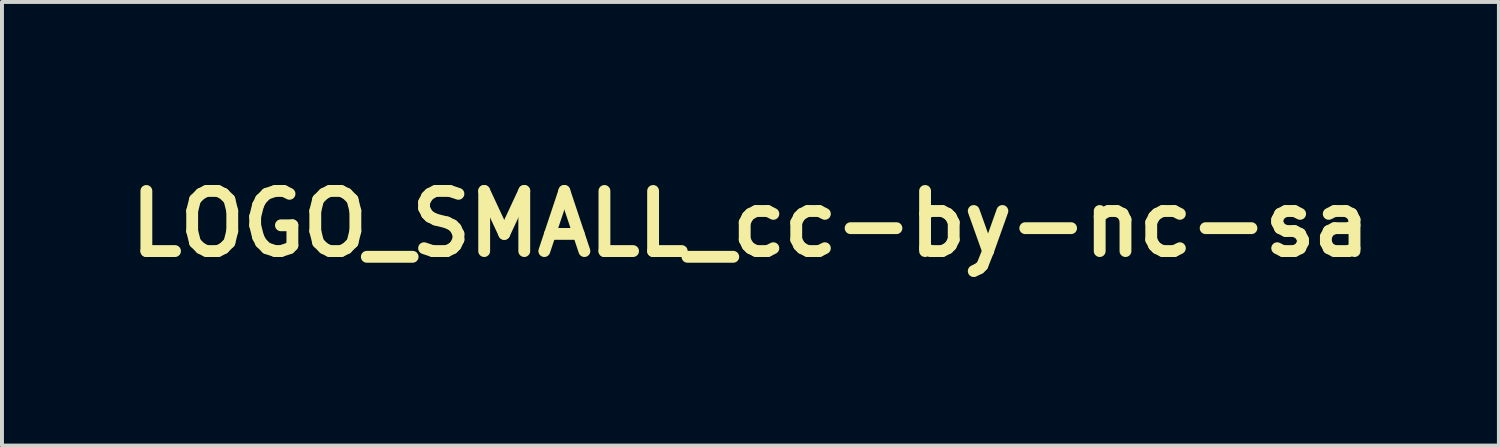
<source format=kicad_pcb>
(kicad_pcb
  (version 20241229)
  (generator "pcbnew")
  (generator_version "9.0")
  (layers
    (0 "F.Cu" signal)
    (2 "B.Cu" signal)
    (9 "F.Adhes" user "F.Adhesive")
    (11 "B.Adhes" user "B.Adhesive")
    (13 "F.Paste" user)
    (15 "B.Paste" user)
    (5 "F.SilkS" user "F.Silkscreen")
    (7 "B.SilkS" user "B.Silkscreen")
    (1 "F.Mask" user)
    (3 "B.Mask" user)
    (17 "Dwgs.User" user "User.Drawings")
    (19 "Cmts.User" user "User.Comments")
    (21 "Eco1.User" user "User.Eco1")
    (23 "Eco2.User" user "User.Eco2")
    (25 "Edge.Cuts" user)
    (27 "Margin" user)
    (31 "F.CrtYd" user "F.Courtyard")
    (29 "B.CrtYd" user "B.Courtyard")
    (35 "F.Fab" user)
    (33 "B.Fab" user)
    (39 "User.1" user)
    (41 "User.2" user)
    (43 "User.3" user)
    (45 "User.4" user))
  (footprint "LOGO_SMALL_cc-by-nc-sa"
    (layer "F.Cu")
    (at 15.973 2.625)
    (property "Reference" "LOGO_SMALL_cc-by-nc-sa" (at 0 0 0) (layer "F.SilkS") (effects (font (size 1.524 1.524) (thickness 0.3))))
    (attr board_only exclude_from_pos_files exclude_from_bom)
    (fp_poly (pts (xy -1.44 1.619) (xy -1.38 1.649) (xy -1.355 1.701) (xy -1.355 1.715) (xy -1.374 1.76) (xy -1.432 1.788) (xy -1.528 1.799) (xy -1.544 1.799) (xy -1.651 1.799) (xy -1.651 1.609) (xy -1.536 1.609)) (stroke (width 0) (type solid)) (fill yes) (layer "F.Mask"))
    (fp_poly (pts (xy 5.789 1.801) (xy 5.812 1.868) (xy 5.83 1.921) (xy 5.837 1.942) (xy 5.829 1.959) (xy 5.786 1.967) (xy 5.748 1.968) (xy 5.688 1.967) (xy 5.662 1.959) (xy 5.659 1.938) (xy 5.663 1.921) (xy 5.68 1.872) (xy 5.705 1.805) (xy 5.715 1.779) (xy 5.751 1.685)) (stroke (width 0) (type solid)) (fill yes) (layer "F.Mask"))
    (fp_poly (pts (xy -0.927 -1.65) (xy -0.867 -1.602) (xy -0.831 -1.533) (xy -0.826 -1.488) (xy -0.843 -1.408) (xy -0.89 -1.346) (xy -0.957 -1.306) (xy -1.032 -1.292) (xy -1.107 -1.309) (xy -1.155 -1.343) (xy -1.201 -1.416) (xy -1.212 -1.498) (xy -1.189 -1.577) (xy -1.151 -1.625) (xy -1.079 -1.665) (xy -1.001 -1.672)) (stroke (width 0) (type solid)) (fill yes) (layer "F.Mask"))
    (fp_poly (pts (xy -1.446 1.932) (xy -1.381 1.95) (xy -1.345 1.984) (xy -1.334 2.037) (xy -1.333 2.043) (xy -1.34 2.098) (xy -1.365 2.128) (xy -1.388 2.138) (xy -1.441 2.151) (xy -1.508 2.158) (xy -1.574 2.158) (xy -1.623 2.152) (xy -1.637 2.145) (xy -1.645 2.117) (xy -1.65 2.062) (xy -1.651 2.028) (xy -1.651 1.926) (xy -1.547 1.926)) (stroke (width 0) (type solid)) (fill yes) (layer "F.Mask"))
    (fp_poly (pts (xy -0.895 -1.206) (xy -0.802 -1.203) (xy -0.739 -1.198) (xy -0.698 -1.19) (xy -0.674 -1.178) (xy -0.668 -1.173) (xy -0.655 -1.152) (xy -0.645 -1.117) (xy -0.639 -1.06) (xy -0.636 -0.975) (xy -0.635 -0.856) (xy -0.635 -0.836) (xy -0.635 -0.532) (xy -0.714 -0.525) (xy -0.794 -0.519) (xy -0.8 -0.164) (xy -0.805 0.191) (xy -1.013 0.191) (xy -1.103 0.189) (xy -1.176 0.185) (xy -1.223 0.18) (xy -1.235 0.176) (xy -1.239 0.151) (xy -1.244 0.092) (xy -1.247 0.004) (xy -1.248 -0.103) (xy -1.249 -0.183) (xy -1.249 -0.529) (xy -1.397 -0.529) (xy -1.397 -0.842) (xy -1.395 -0.985) (xy -1.391 -1.088) (xy -1.383 -1.153) (xy -1.372 -1.181) (xy -1.342 -1.192) (xy -1.276 -1.2) (xy -1.173 -1.205) (xy -1.03 -1.206) (xy -1.024 -1.206)) (stroke (width 0) (type solid)) (fill yes) (layer "F.Mask"))
    (fp_poly (pts (xy -5.202 -0.746) (xy -5.076 -0.683) (xy -5.003 -0.623) (xy -4.956 -0.571) (xy -4.926 -0.53) (xy -4.92 -0.509) (xy -4.945 -0.49) (xy -4.995 -0.461) (xy -5.04 -0.437) (xy -5.148 -0.383) (xy -5.217 -0.456) (xy -5.268 -0.503) (xy -5.317 -0.524) (xy -5.381 -0.529) (xy -5.481 -0.511) (xy -5.561 -0.462) (xy -5.612 -0.384) (xy -5.613 -0.384) (xy -5.627 -0.316) (xy -5.634 -0.225) (xy -5.631 -0.127) (xy -5.621 -0.036) (xy -5.604 0.031) (xy -5.6 0.04) (xy -5.541 0.113) (xy -5.462 0.155) (xy -5.372 0.165) (xy -5.283 0.143) (xy -5.202 0.087) (xy -5.194 0.079) (xy -5.129 0.008) (xy -5.02 0.061) (xy -4.961 0.093) (xy -4.921 0.119) (xy -4.911 0.131) (xy -4.926 0.163) (xy -4.966 0.211) (xy -5.021 0.265) (xy -5.081 0.316) (xy -5.137 0.356) (xy -5.153 0.365) (xy -5.265 0.403) (xy -5.396 0.418) (xy -5.531 0.409) (xy -5.626 0.384) (xy -5.758 0.316) (xy -5.864 0.214) (xy -5.93 0.108) (xy -5.954 0.048) (xy -5.969 -0.016) (xy -5.975 -0.097) (xy -5.976 -0.18) (xy -5.97 -0.311) (xy -5.951 -0.413) (xy -5.916 -0.499) (xy -5.86 -0.58) (xy -5.851 -0.591) (xy -5.747 -0.684) (xy -5.621 -0.746) (xy -5.483 -0.778) (xy -5.34 -0.778)) (stroke (width 0) (type solid)) (fill yes) (layer "F.Mask"))
    (fp_poly (pts (xy -4.152 -0.768) (xy -4.02 -0.725) (xy -3.904 -0.651) (xy -3.856 -0.604) (xy -3.816 -0.556) (xy -3.792 -0.521) (xy -3.789 -0.512) (xy -3.806 -0.495) (xy -3.852 -0.467) (xy -3.906 -0.438) (xy -4.024 -0.38) (xy -4.094 -0.455) (xy -4.146 -0.502) (xy -4.194 -0.524) (xy -4.258 -0.529) (xy -4.359 -0.513) (xy -4.435 -0.463) (xy -4.486 -0.38) (xy -4.512 -0.263) (xy -4.515 -0.191) (xy -4.503 -0.052) (xy -4.465 0.053) (xy -4.402 0.125) (xy -4.315 0.163) (xy -4.25 0.169) (xy -4.177 0.156) (xy -4.106 0.123) (xy -4.052 0.078) (xy -4.033 0.045) (xy -4.024 0.022) (xy -4.008 0.015) (xy -3.977 0.024) (xy -3.919 0.051) (xy -3.904 0.058) (xy -3.843 0.092) (xy -3.801 0.122) (xy -3.789 0.139) (xy -3.805 0.174) (xy -3.846 0.223) (xy -3.903 0.277) (xy -3.966 0.328) (xy -4.024 0.365) (xy -4.032 0.369) (xy -4.116 0.396) (xy -4.223 0.412) (xy -4.335 0.416) (xy -4.433 0.407) (xy -4.465 0.4) (xy -4.579 0.347) (xy -4.686 0.265) (xy -4.769 0.168) (xy -4.778 0.153) (xy -4.804 0.105) (xy -4.821 0.062) (xy -4.831 0.012) (xy -4.835 -0.056) (xy -4.837 -0.153) (xy -4.837 -0.18) (xy -4.834 -0.305) (xy -4.824 -0.399) (xy -4.803 -0.472) (xy -4.766 -0.535) (xy -4.71 -0.6) (xy -4.674 -0.636) (xy -4.563 -0.716) (xy -4.433 -0.764) (xy -4.293 -0.782)) (stroke (width 0) (type solid)) (fill yes) (layer "F.Mask"))
    (fp_poly (pts (xy 5.661 -1.491) (xy 5.738 -1.474) (xy 5.888 -1.408) (xy 6.014 -1.309) (xy 6.114 -1.178) (xy 6.134 -1.142) (xy 6.206 -0.959) (xy 6.237 -0.777) (xy 6.225 -0.598) (xy 6.225 -0.597) (xy 6.173 -0.416) (xy 6.091 -0.263) (xy 5.98 -0.139) (xy 5.841 -0.046) (xy 5.678 0.013) (xy 5.656 0.019) (xy 5.535 0.038) (xy 5.43 0.037) (xy 5.319 0.015) (xy 5.309 0.013) (xy 5.174 -0.042) (xy 5.055 -0.127) (xy 4.96 -0.234) (xy 4.898 -0.356) (xy 4.888 -0.386) (xy 4.871 -0.446) (xy 4.857 -0.492) (xy 4.854 -0.499) (xy 4.856 -0.514) (xy 4.878 -0.523) (xy 4.929 -0.528) (xy 5.014 -0.529) (xy 5.02 -0.529) (xy 5.198 -0.529) (xy 5.229 -0.441) (xy 5.275 -0.354) (xy 5.345 -0.297) (xy 5.445 -0.266) (xy 5.473 -0.262) (xy 5.592 -0.266) (xy 5.693 -0.306) (xy 5.773 -0.381) (xy 5.831 -0.488) (xy 5.865 -0.624) (xy 5.873 -0.741) (xy 5.861 -0.899) (xy 5.823 -1.027) (xy 5.761 -1.123) (xy 5.677 -1.187) (xy 5.573 -1.215) (xy 5.45 -1.206) (xy 5.442 -1.205) (xy 5.346 -1.172) (xy 5.28 -1.119) (xy 5.236 -1.043) (xy 5.214 -0.99) (xy 5.211 -0.963) (xy 5.227 -0.953) (xy 5.25 -0.949) (xy 5.267 -0.941) (xy 5.264 -0.924) (xy 5.238 -0.89) (xy 5.185 -0.835) (xy 5.16 -0.81) (xy 5.026 -0.677) (xy 4.89 -0.815) (xy 4.827 -0.879) (xy 4.791 -0.92) (xy 4.779 -0.942) (xy 4.787 -0.951) (xy 4.807 -0.953) (xy 4.838 -0.957) (xy 4.86 -0.978) (xy 4.881 -1.024) (xy 4.898 -1.079) (xy 4.955 -1.207) (xy 5.041 -1.324) (xy 5.146 -1.416) (xy 5.194 -1.444) (xy 5.287 -1.477) (xy 5.407 -1.496) (xy 5.536 -1.501)) (stroke (width 0) (type solid)) (fill yes) (layer "F.Mask"))
    (fp_poly (pts (xy -0.756 -2.175) (xy -0.534 -2.116) (xy -0.324 -2.024) (xy -0.131 -1.901) (xy 0.042 -1.747) (xy 0.188 -1.564) (xy 0.265 -1.435) (xy 0.349 -1.235) (xy 0.402 -1.017) (xy 0.424 -0.791) (xy 0.415 -0.564) (xy 0.375 -0.346) (xy 0.304 -0.145) (xy 0.275 -0.088) (xy 0.14 0.123) (xy -0.027 0.305) (xy -0.221 0.457) (xy -0.442 0.576) (xy -0.593 0.634) (xy -0.7 0.66) (xy -0.834 0.678) (xy -0.98 0.689) (xy -1.122 0.691) (xy -1.247 0.682) (xy -1.284 0.677) (xy -1.507 0.616) (xy -1.717 0.517) (xy -1.91 0.386) (xy -2.082 0.226) (xy -2.228 0.042) (xy -2.344 -0.162) (xy -2.425 -0.382) (xy -2.436 -0.423) (xy -2.453 -0.533) (xy -2.461 -0.668) (xy -2.461 -0.677) (xy -2.203 -0.677) (xy -2.191 -0.533) (xy -2.168 -0.423) (xy -2.095 -0.245) (xy -1.987 -0.074) (xy -1.852 0.084) (xy -1.695 0.219) (xy -1.525 0.324) (xy -1.415 0.372) (xy -1.255 0.413) (xy -1.075 0.431) (xy -0.891 0.426) (xy -0.72 0.398) (xy -0.696 0.392) (xy -0.539 0.335) (xy -0.398 0.257) (xy -0.26 0.15) (xy -0.179 0.074) (xy -0.036 -0.09) (xy 0.067 -0.26) (xy 0.134 -0.442) (xy 0.165 -0.642) (xy 0.169 -0.751) (xy 0.15 -0.975) (xy 0.091 -1.182) (xy -0.007 -1.373) (xy -0.144 -1.548) (xy -0.201 -1.606) (xy -0.382 -1.751) (xy -0.575 -1.856) (xy -0.779 -1.921) (xy -0.994 -1.945) (xy -1.218 -1.927) (xy -1.275 -1.916) (xy -1.465 -1.855) (xy -1.646 -1.758) (xy -1.812 -1.63) (xy -1.956 -1.477) (xy -2.072 -1.306) (xy -2.154 -1.121) (xy -2.16 -1.102) (xy -2.187 -0.978) (xy -2.201 -0.831) (xy -2.203 -0.677) (xy -2.461 -0.677) (xy -2.461 -0.815) (xy -2.451 -0.958) (xy -2.434 -1.081) (xy -2.425 -1.122) (xy -2.35 -1.329) (xy -2.24 -1.528) (xy -2.101 -1.712) (xy -1.938 -1.872) (xy -1.759 -2.002) (xy -1.672 -2.05) (xy -1.448 -2.138) (xy -1.217 -2.188) (xy -0.985 -2.199)) (stroke (width 0) (type solid)) (fill yes) (layer "F.Mask"))
    (fp_poly (pts (xy 5.676 -2.189) (xy 5.885 -2.155) (xy 5.99 -2.125) (xy 6.149 -2.054) (xy 6.313 -1.953) (xy 6.471 -1.829) (xy 6.613 -1.69) (xy 6.728 -1.546) (xy 6.77 -1.478) (xy 6.867 -1.267) (xy 6.928 -1.041) (xy 6.954 -0.808) (xy 6.945 -0.574) (xy 6.901 -0.346) (xy 6.821 -0.131) (xy 6.759 -0.016) (xy 6.615 0.183) (xy 6.44 0.355) (xy 6.241 0.496) (xy 6.021 0.603) (xy 5.899 0.644) (xy 5.8 0.665) (xy 5.674 0.68) (xy 5.537 0.688) (xy 5.404 0.69) (xy 5.291 0.683) (xy 5.26 0.678) (xy 5.077 0.633) (xy 4.889 0.559) (xy 4.717 0.465) (xy 4.691 0.447) (xy 4.613 0.386) (xy 4.522 0.3) (xy 4.429 0.202) (xy 4.344 0.103) (xy 4.277 0.013) (xy 4.275 0.01) (xy 4.19 -0.136) (xy 4.131 -0.28) (xy 4.093 -0.434) (xy 4.072 -0.611) (xy 4.068 -0.699) (xy 4.068 -0.751) (xy 4.318 -0.751) (xy 4.335 -0.537) (xy 4.388 -0.341) (xy 4.479 -0.159) (xy 4.609 0.013) (xy 4.667 0.075) (xy 4.834 0.218) (xy 5.017 0.327) (xy 5.208 0.399) (xy 5.376 0.429) (xy 5.502 0.432) (xy 5.642 0.422) (xy 5.778 0.401) (xy 5.874 0.377) (xy 6.064 0.293) (xy 6.243 0.172) (xy 6.365 0.062) (xy 6.5 -0.098) (xy 6.598 -0.271) (xy 6.659 -0.46) (xy 6.687 -0.671) (xy 6.689 -0.751) (xy 6.673 -0.972) (xy 6.623 -1.17) (xy 6.537 -1.351) (xy 6.412 -1.52) (xy 6.338 -1.598) (xy 6.165 -1.742) (xy 5.978 -1.848) (xy 5.78 -1.916) (xy 5.576 -1.946) (xy 5.371 -1.939) (xy 5.169 -1.894) (xy 4.974 -1.812) (xy 4.792 -1.692) (xy 4.677 -1.589) (xy 4.531 -1.421) (xy 4.425 -1.249) (xy 4.356 -1.066) (xy 4.323 -0.867) (xy 4.318 -0.751) (xy 4.068 -0.751) (xy 4.068 -0.87) (xy 4.079 -1.013) (xy 4.106 -1.143) (xy 4.151 -1.271) (xy 4.204 -1.389) (xy 4.315 -1.574) (xy 4.457 -1.749) (xy 4.622 -1.903) (xy 4.799 -2.026) (xy 4.857 -2.058) (xy 5.038 -2.13) (xy 5.241 -2.176) (xy 5.458 -2.196)) (stroke (width 0) (type solid)) (fill yes) (layer "F.Mask"))
    (fp_poly (pts (xy -4.739 -2.124) (xy -4.569 -2.111) (xy -4.423 -2.089) (xy -4.371 -2.077) (xy -4.107 -1.984) (xy -3.86 -1.856) (xy -3.636 -1.695) (xy -3.436 -1.505) (xy -3.264 -1.289) (xy -3.124 -1.05) (xy -3.019 -0.793) (xy -2.972 -0.624) (xy -2.953 -0.507) (xy -2.94 -0.363) (xy -2.934 -0.206) (xy -2.936 -0.049) (xy -2.944 0.094) (xy -2.96 0.211) (xy -2.962 0.222) (xy -3.043 0.497) (xy -3.16 0.754) (xy -3.313 0.991) (xy -3.499 1.202) (xy -3.715 1.387) (xy -3.959 1.542) (xy -3.962 1.544) (xy -4.214 1.656) (xy -4.48 1.732) (xy -4.753 1.77) (xy -5.026 1.77) (xy -5.219 1.746) (xy -5.488 1.676) (xy -5.746 1.566) (xy -5.987 1.422) (xy -6.206 1.245) (xy -6.398 1.038) (xy -6.407 1.027) (xy -6.572 0.786) (xy -6.698 0.533) (xy -6.783 0.268) (xy -6.827 -0.006) (xy -6.829 -0.236) (xy -6.477 -0.236) (xy -6.47 -0.012) (xy -6.437 0.204) (xy -6.377 0.403) (xy -6.338 0.491) (xy -6.205 0.713) (xy -6.041 0.911) (xy -5.853 1.082) (xy -5.644 1.222) (xy -5.419 1.327) (xy -5.221 1.385) (xy -5.082 1.406) (xy -4.922 1.415) (xy -4.756 1.411) (xy -4.605 1.396) (xy -4.55 1.386) (xy -4.316 1.317) (xy -4.094 1.211) (xy -3.889 1.074) (xy -3.706 0.909) (xy -3.551 0.722) (xy -3.429 0.516) (xy -3.384 0.413) (xy -3.33 0.249) (xy -3.297 0.084) (xy -3.284 -0.096) (xy -3.286 -0.273) (xy -3.294 -0.409) (xy -3.309 -0.518) (xy -3.331 -0.616) (xy -3.353 -0.688) (xy -3.456 -0.927) (xy -3.592 -1.144) (xy -3.761 -1.336) (xy -3.958 -1.499) (xy -4.182 -1.631) (xy -4.394 -1.718) (xy -4.456 -1.737) (xy -4.514 -1.751) (xy -4.579 -1.76) (xy -4.66 -1.765) (xy -4.766 -1.767) (xy -4.879 -1.767) (xy -5.013 -1.767) (xy -5.114 -1.764) (xy -5.191 -1.758) (xy -5.255 -1.749) (xy -5.314 -1.734) (xy -5.366 -1.718) (xy -5.588 -1.623) (xy -5.798 -1.49) (xy -5.991 -1.325) (xy -6.161 -1.132) (xy -6.303 -0.915) (xy -6.337 -0.851) (xy -6.411 -0.665) (xy -6.457 -0.457) (xy -6.477 -0.236) (xy -6.829 -0.236) (xy -6.83 -0.289) (xy -6.83 -0.294) (xy -6.793 -0.578) (xy -6.722 -0.84) (xy -6.614 -1.085) (xy -6.468 -1.315) (xy -6.3 -1.517) (xy -6.097 -1.71) (xy -5.884 -1.864) (xy -5.656 -1.984) (xy -5.405 -2.072) (xy -5.387 -2.077) (xy -5.255 -2.103) (xy -5.094 -2.12) (xy -4.918 -2.127)) (stroke (width 0) (type solid)) (fill yes) (layer "F.Mask"))
    (fp_poly (pts (xy 2.467 -2.181) (xy 2.702 -2.129) (xy 2.921 -2.042) (xy 2.946 -2.029) (xy 3.068 -1.95) (xy 3.196 -1.843) (xy 3.319 -1.718) (xy 3.429 -1.585) (xy 3.515 -1.454) (xy 3.528 -1.429) (xy 3.6 -1.271) (xy 3.647 -1.119) (xy 3.674 -0.958) (xy 3.683 -0.774) (xy 3.683 -0.751) (xy 3.667 -0.507) (xy 3.619 -0.286) (xy 3.537 -0.086) (xy 3.418 0.1) (xy 3.281 0.255) (xy 3.091 0.42) (xy 2.887 0.545) (xy 2.669 0.631) (xy 2.434 0.678) (xy 2.32 0.687) (xy 2.222 0.689) (xy 2.133 0.69) (xy 2.066 0.688) (xy 2.043 0.686) (xy 1.811 0.631) (xy 1.593 0.539) (xy 1.392 0.414) (xy 1.212 0.258) (xy 1.059 0.077) (xy 0.936 -0.127) (xy 0.847 -0.349) (xy 0.832 -0.402) (xy 0.808 -0.54) (xy 0.797 -0.7) (xy 0.798 -0.745) (xy 1.055 -0.745) (xy 1.07 -0.542) (xy 1.116 -0.36) (xy 1.196 -0.19) (xy 1.313 -0.028) (xy 1.408 0.074) (xy 1.558 0.208) (xy 1.707 0.307) (xy 1.865 0.376) (xy 1.893 0.385) (xy 2.038 0.417) (xy 2.204 0.43) (xy 2.374 0.424) (xy 2.53 0.4) (xy 2.564 0.391) (xy 2.762 0.313) (xy 2.949 0.195) (xy 3.049 0.111) (xy 3.126 0.035) (xy 3.192 -0.038) (xy 3.243 -0.103) (xy 3.273 -0.152) (xy 3.277 -0.18) (xy 3.276 -0.181) (xy 3.254 -0.193) (xy 3.202 -0.218) (xy 3.13 -0.251) (xy 3.046 -0.289) (xy 2.958 -0.328) (xy 2.875 -0.364) (xy 2.806 -0.393) (xy 2.758 -0.413) (xy 2.741 -0.418) (xy 2.732 -0.397) (xy 2.714 -0.352) (xy 2.711 -0.346) (xy 2.652 -0.252) (xy 2.558 -0.175) (xy 2.451 -0.126) (xy 2.339 -0.088) (xy 2.333 0.02) (xy 2.327 0.083) (xy 2.317 0.115) (xy 2.293 0.126) (xy 2.253 0.127) (xy 2.18 0.127) (xy 2.18 -0.1) (xy 2.085 -0.113) (xy 2.017 -0.129) (xy 1.937 -0.157) (xy 1.861 -0.192) (xy 1.799 -0.226) (xy 1.766 -0.256) (xy 1.772 -0.282) (xy 1.803 -0.327) (xy 1.842 -0.371) (xy 1.932 -0.462) (xy 2.016 -0.407) (xy 2.1 -0.366) (xy 2.194 -0.343) (xy 2.283 -0.34) (xy 2.357 -0.357) (xy 2.389 -0.379) (xy 2.422 -0.431) (xy 2.433 -0.493) (xy 2.423 -0.546) (xy 2.408 -0.566) (xy 2.377 -0.584) (xy 2.318 -0.613) (xy 2.243 -0.648) (xy 2.223 -0.657) (xy 2.13 -0.697) (xy 2.037 -0.738) (xy 1.962 -0.772) (xy 1.958 -0.773) (xy 1.863 -0.816) (xy 1.754 -0.864) (xy 1.637 -0.916) (xy 1.518 -0.969) (xy 1.403 -1.019) (xy 1.3 -1.064) (xy 1.213 -1.102) (xy 1.151 -1.129) (xy 1.119 -1.142) (xy 1.116 -1.143) (xy 1.103 -1.124) (xy 1.09 -1.072) (xy 1.077 -0.998) (xy 1.066 -0.912) (xy 1.058 -0.825) (xy 1.055 -0.745) (xy 0.798 -0.745) (xy 0.8 -0.867) (xy 0.817 -1.024) (xy 0.835 -1.111) (xy 0.91 -1.323) (xy 0.955 -1.406) (xy 1.249 -1.406) (xy 1.262 -1.394) (xy 1.303 -1.371) (xy 1.375 -1.336) (xy 1.481 -1.287) (xy 1.582 -1.242) (xy 1.797 -1.146) (xy 1.84 -1.219) (xy 1.912 -1.303) (xy 2.012 -1.364) (xy 2.101 -1.389) (xy 2.18 -1.402) (xy 2.18 -1.63) (xy 2.326 -1.63) (xy 2.333 -1.519) (xy 2.339 -1.409) (xy 2.427 -1.394) (xy 2.489 -1.378) (xy 2.558 -1.353) (xy 2.622 -1.324) (xy 2.669 -1.297) (xy 2.688 -1.276) (xy 2.688 -1.276) (xy 2.674 -1.254) (xy 2.639 -1.212) (xy 2.602 -1.173) (xy 2.516 -1.086) (xy 2.439 -1.125) (xy 2.358 -1.154) (xy 2.275 -1.162) (xy 2.199 -1.153) (xy 2.139 -1.129) (xy 2.104 -1.09) (xy 2.1 -1.054) (xy 2.109 -1.038) (xy 2.135 -1.017) (xy 2.181 -0.989) (xy 2.251 -0.953) (xy 2.348 -0.905) (xy 2.475 -0.846) (xy 2.636 -0.772) (xy 2.731 -0.73) (xy 2.883 -0.662) (xy 3.023 -0.599) (xy 3.146 -0.545) (xy 3.248 -0.501) (xy 3.324 -0.468) (xy 3.369 -0.45) (xy 3.379 -0.447) (xy 3.397 -0.464) (xy 3.413 -0.509) (xy 3.415 -0.524) (xy 3.431 -0.71) (xy 3.419 -0.903) (xy 3.382 -1.091) (xy 3.322 -1.262) (xy 3.278 -1.348) (xy 3.149 -1.526) (xy 2.996 -1.673) (xy 2.824 -1.79) (xy 2.636 -1.874) (xy 2.439 -1.926) (xy 2.237 -1.943) (xy 2.035 -1.926) (xy 1.838 -1.872) (xy 1.649 -1.782) (xy 1.521 -1.693) (xy 1.462 -1.642) (xy 1.398 -1.581) (xy 1.338 -1.519) (xy 1.288 -1.463) (xy 1.256 -1.422) (xy 1.249 -1.406) (xy 0.955 -1.406) (xy 1.019 -1.525) (xy 1.158 -1.709) (xy 1.321 -1.871) (xy 1.502 -2.004) (xy 1.697 -2.103) (xy 1.757 -2.125) (xy 1.986 -2.18) (xy 2.225 -2.198)) (stroke (width 0) (type solid)) (fill yes) (layer "F.Mask"))
    (fp_poly (pts (xy 0.671 -2.625) (xy 1.29 -2.624) (xy 1.869 -2.624) (xy 2.41 -2.624) (xy 2.914 -2.624) (xy 3.383 -2.624) (xy 3.817 -2.624) (xy 4.218 -2.624) (xy 4.587 -2.623) (xy 4.926 -2.623) (xy 5.236 -2.623) (xy 5.518 -2.622) (xy 5.774 -2.622) (xy 6.004 -2.621) (xy 6.211 -2.62) (xy 6.396 -2.619) (xy 6.559 -2.618) (xy 6.703 -2.617) (xy 6.828 -2.615) (xy 6.936 -2.614) (xy 7.028 -2.612) (xy 7.106 -2.611) (xy 7.171 -2.609) (xy 7.224 -2.606) (xy 7.266 -2.604) (xy 7.3 -2.602) (xy 7.325 -2.599) (xy 7.344 -2.596) (xy 7.358 -2.593) (xy 7.368 -2.59) (xy 7.376 -2.586) (xy 7.381 -2.583) (xy 7.401 -2.572) (xy 7.418 -2.562) (xy 7.434 -2.552) (xy 7.448 -2.539) (xy 7.461 -2.521) (xy 7.471 -2.495) (xy 7.48 -2.46) (xy 7.488 -2.412) (xy 7.494 -2.351) (xy 7.5 -2.273) (xy 7.504 -2.176) (xy 7.507 -2.059) (xy 7.509 -1.918) (xy 7.511 -1.752) (xy 7.511 -1.558) (xy 7.512 -1.334) (xy 7.511 -1.078) (xy 7.511 -0.787) (xy 7.51 -0.46) (xy 7.509 -0.094) (xy 7.509 0.1) (xy 7.504 2.614) (xy 0.019 2.619) (xy -0.541 2.62) (xy -1.091 2.62) (xy -1.628 2.62) (xy -2.151 2.62) (xy -2.659 2.62) (xy -3.15 2.62) (xy -3.623 2.62) (xy -4.076 2.62) (xy -4.507 2.62) (xy -4.916 2.619) (xy -5.3 2.619) (xy -5.658 2.618) (xy -5.988 2.618) (xy -6.29 2.617) (xy -6.561 2.617) (xy -6.8 2.616) (xy -7.006 2.615) (xy -7.176 2.614) (xy -7.31 2.613) (xy -7.407 2.612) (xy -7.463 2.611) (xy -7.479 2.611) (xy -7.481 2.588) (xy -7.482 2.526) (xy -7.484 2.426) (xy -7.486 2.293) (xy -7.487 2.127) (xy -7.488 1.932) (xy -7.49 1.711) (xy -7.491 1.465) (xy -7.492 1.198) (xy -7.492 0.913) (xy -7.493 0.611) (xy -7.493 0.296) (xy -7.493 0.091) (xy -7.493 -0.295) (xy -7.493 -0.64) (xy -7.493 -0.948) (xy -7.493 -1.219) (xy -7.492 -1.458) (xy -7.491 -1.666) (xy -7.49 -1.845) (xy -7.488 -1.997) (xy -7.485 -2.125) (xy -7.481 -2.231) (xy -7.476 -2.317) (xy -7.47 -2.386) (xy -7.469 -2.394) (xy -7.366 -2.394) (xy -7.366 1.058) (xy -6.826 1.058) (xy -6.759 1.169) (xy -6.664 1.308) (xy -6.542 1.453) (xy -6.405 1.593) (xy -6.264 1.717) (xy -6.227 1.746) (xy -5.968 1.916) (xy -5.696 2.047) (xy -5.409 2.14) (xy -5.165 2.188) (xy -5.09 2.194) (xy -4.987 2.197) (xy -4.869 2.197) (xy -4.748 2.195) (xy -4.638 2.189) (xy -4.552 2.181) (xy -4.548 2.18) (xy -4.326 2.133) (xy -4.096 2.056) (xy -3.87 1.955) (xy -3.716 1.868) (xy -1.841 1.868) (xy -1.841 1.996) (xy -1.839 2.109) (xy -1.835 2.201) (xy -1.831 2.265) (xy -1.826 2.295) (xy -1.826 2.295) (xy -1.799 2.301) (xy -1.74 2.304) (xy -1.656 2.305) (xy -1.566 2.303) (xy -1.439 2.296) (xy -1.346 2.285) (xy -1.282 2.269) (xy -1.252 2.257) (xy -1.18 2.197) (xy -1.139 2.114) (xy -1.134 2.02) (xy -1.142 1.984) (xy -1.177 1.914) (xy -1.219 1.879) (xy -1.271 1.856) (xy -1.227 1.809) (xy -1.193 1.755) (xy -1.172 1.69) (xy -1.172 1.689) (xy -1.169 1.634) (xy -1.187 1.589) (xy -1.224 1.543) (xy -1.288 1.471) (xy -1.324 1.47) (xy -1.101 1.47) (xy -1.09 1.491) (xy -1.062 1.541) (xy -1.02 1.613) (xy -0.967 1.7) (xy -0.953 1.725) (xy -0.893 1.824) (xy -0.852 1.896) (xy -0.826 1.951) (xy -0.812 1.997) (xy -0.806 2.044) (xy -0.804 2.102) (xy -0.804 2.125) (xy -0.803 2.202) (xy -0.798 2.262) (xy -0.791 2.292) (xy -0.79 2.293) (xy -0.762 2.302) (xy -0.709 2.307) (xy -0.695 2.307) (xy -0.614 2.307) (xy -0.614 1.978) (xy -0.466 1.735) (xy -0.411 1.645) (xy -0.366 1.567) (xy -0.334 1.509) (xy -0.318 1.479) (xy -0.318 1.476) (xy -0.337 1.467) (xy -0.385 1.462) (xy -0.418 1.461) (xy -0.473 1.462) (xy -0.508 1.472) (xy -0.536 1.499) (xy -0.568 1.551) (xy -0.586 1.582) (xy -0.637 1.675) (xy -0.673 1.732) (xy -0.701 1.754) (xy -0.727 1.745) (xy -0.757 1.703) (xy -0.799 1.631) (xy -0.804 1.622) (xy -0.897 1.46) (xy 1.397 1.46) (xy 1.397 2.307) (xy 1.566 2.307) (xy 1.566 1.748) (xy 1.717 1.99) (xy 1.788 2.104) (xy 1.841 2.187) (xy 1.882 2.243) (xy 1.914 2.279) (xy 1.943 2.298) (xy 1.973 2.306) (xy 2.009 2.307) (xy 2.014 2.307) (xy 2.095 2.307) (xy 2.095 1.862) (xy 2.224 1.862) (xy 2.227 1.968) (xy 2.245 2.058) (xy 2.255 2.084) (xy 2.327 2.19) (xy 2.423 2.264) (xy 2.536 2.306) (xy 2.66 2.313) (xy 2.786 2.282) (xy 2.81 2.271) (xy 2.894 2.209) (xy 2.954 2.12) (xy 2.978 2.043) (xy 2.979 2.04) (xy 4.626 2.04) (xy 4.629 2.085) (xy 4.643 2.121) (xy 4.704 2.217) (xy 4.793 2.281) (xy 4.87 2.305) (xy 4.942 2.319) (xy 4.989 2.324) (xy 5.031 2.32) (xy 5.083 2.306) (xy 5.115 2.297) (xy 5.164 2.278) (xy 5.355 2.278) (xy 5.366 2.298) (xy 5.405 2.305) (xy 5.443 2.303) (xy 5.499 2.296) (xy 5.531 2.277) (xy 5.552 2.234) (xy 5.562 2.207) (xy 5.592 2.117) (xy 5.897 2.117) (xy 5.929 2.207) (xy 5.954 2.264) (xy 5.983 2.292) (xy 6.027 2.303) (xy 6.031 2.303) (xy 6.102 2.306) (xy 6.137 2.293) (xy 6.141 2.256) (xy 6.119 2.189) (xy 6.117 2.186) (xy 6.096 2.13) (xy 6.063 2.044) (xy 6.023 1.939) (xy 5.98 1.824) (xy 5.963 1.778) (xy 5.85 1.471) (xy 5.753 1.465) (xy 5.656 1.458) (xy 5.618 1.56) (xy 5.597 1.617) (xy 5.564 1.703) (xy 5.524 1.808) (xy 5.481 1.921) (xy 5.468 1.954) (xy 5.428 2.06) (xy 5.394 2.153) (xy 5.37 2.225) (xy 5.357 2.27) (xy 5.355 2.278) (xy 5.164 2.278) (xy 5.184 2.271) (xy 5.239 2.241) (xy 5.257 2.226) (xy 5.3 2.153) (xy 5.318 2.067) (xy 5.311 1.981) (xy 5.278 1.909) (xy 5.241 1.873) (xy 5.193 1.849) (xy 5.124 1.823) (xy 5.078 1.809) (xy 4.977 1.778) (xy 4.91 1.754) (xy 4.871 1.733) (xy 4.852 1.709) (xy 4.847 1.681) (xy 4.847 1.68) (xy 4.864 1.632) (xy 4.907 1.604) (xy 4.965 1.596) (xy 5.026 1.61) (xy 5.079 1.645) (xy 5.094 1.664) (xy 5.13 1.7) (xy 5.184 1.714) (xy 5.209 1.714) (xy 5.263 1.711) (xy 5.286 1.697) (xy 5.292 1.663) (xy 5.292 1.662) (xy 5.272 1.591) (xy 5.219 1.529) (xy 5.141 1.482) (xy 5.048 1.452) (xy 4.946 1.445) (xy 4.874 1.457) (xy 4.771 1.5) (xy 4.7 1.563) (xy 4.662 1.638) (xy 4.657 1.719) (xy 4.684 1.797) (xy 4.744 1.865) (xy 4.836 1.916) (xy 4.87 1.927) (xy 4.994 1.964) (xy 5.079 1.999) (xy 5.128 2.034) (xy 5.144 2.07) (xy 5.131 2.111) (xy 5.131 2.111) (xy 5.094 2.137) (xy 5.032 2.152) (xy 4.96 2.157) (xy 4.895 2.148) (xy 4.869 2.138) (xy 4.831 2.101) (xy 4.813 2.063) (xy 4.798 2.028) (xy 4.765 2.013) (xy 4.719 2.011) (xy 4.654 2.017) (xy 4.626 2.04) (xy 2.979 2.04) (xy 2.99 1.968) (xy 2.903 1.968) (xy 2.846 1.972) (xy 2.817 1.988) (xy 2.803 2.022) (xy 2.769 2.083) (xy 2.711 2.133) (xy 2.645 2.158) (xy 2.631 2.159) (xy 2.552 2.142) (xy 2.481 2.099) (xy 2.438 2.043) (xy 2.419 1.968) (xy 2.414 1.874) (xy 2.424 1.782) (xy 2.445 1.714) (xy 2.494 1.649) (xy 2.563 1.616) (xy 2.633 1.609) (xy 2.689 1.617) (xy 2.735 1.647) (xy 2.767 1.683) (xy 2.813 1.732) (xy 2.859 1.753) (xy 2.905 1.757) (xy 2.959 1.752) (xy 2.982 1.736) (xy 2.985 1.718) (xy 2.967 1.656) (xy 2.921 1.588) (xy 2.855 1.526) (xy 2.795 1.487) (xy 2.675 1.448) (xy 2.555 1.449) (xy 2.443 1.485) (xy 2.345 1.556) (xy 2.268 1.658) (xy 2.257 1.68) (xy 2.233 1.76) (xy 2.224 1.862) (xy 2.095 1.862) (xy 2.095 1.46) (xy 1.926 1.46) (xy 1.926 2.02) (xy 1.752 1.74) (xy 1.577 1.46) (xy 1.397 1.46) (xy -0.897 1.46) (xy -0.999 1.46) (xy -1.058 1.462) (xy -1.095 1.467) (xy -1.101 1.47) (xy -1.324 1.47) (xy -1.565 1.464) (xy -1.841 1.456) (xy -1.841 1.868) (xy -3.716 1.868) (xy -3.663 1.837) (xy -3.577 1.777) (xy -3.452 1.676) (xy -3.325 1.557) (xy -3.203 1.428) (xy -3.095 1.3) (xy -3.01 1.181) (xy -2.972 1.117) (xy -2.941 1.058) (xy 7.387 1.058) (xy 7.387 -2.394) (xy 7.335 -2.446) (xy 7.283 -2.498) (xy -7.262 -2.498) (xy -7.314 -2.446) (xy -7.366 -2.394) (xy -7.469 -2.394) (xy -7.463 -2.44) (xy -7.454 -2.48) (xy -7.444 -2.51) (xy -7.433 -2.532) (xy -7.419 -2.547) (xy -7.404 -2.558) (xy -7.387 -2.568) (xy -7.369 -2.578) (xy -7.36 -2.583) (xy -7.353 -2.587) (xy -7.345 -2.59) (xy -7.334 -2.594) (xy -7.319 -2.597) (xy -7.298 -2.6) (xy -7.271 -2.602) (xy -7.235 -2.605) (xy -7.19 -2.607) (xy -7.134 -2.609) (xy -7.066 -2.611) (xy -6.984 -2.613) (xy -6.888 -2.614) (xy -6.776 -2.616) (xy -6.646 -2.617) (xy -6.497 -2.618) (xy -6.328 -2.619) (xy -6.138 -2.62) (xy -5.925 -2.621) (xy -5.688 -2.622) (xy -5.426 -2.622) (xy -5.136 -2.623) (xy -4.819 -2.623) (xy -4.472 -2.624) (xy -4.095 -2.624) (xy -3.686 -2.624) (xy -3.243 -2.624) (xy -2.765 -2.624) (xy -2.252 -2.624) (xy -1.701 -2.624) (xy -1.111 -2.624) (xy -0.481 -2.625) (xy 0.011 -2.625)) (stroke (width 0) (type solid)) (fill yes) (layer "F.Mask")))
  (gr_rect
    (start -3 -3)
    (end 34.946 8.245)
    (stroke (width 0.1) (type default))
    (fill no)
    (layer "Edge.Cuts")))
</source>
